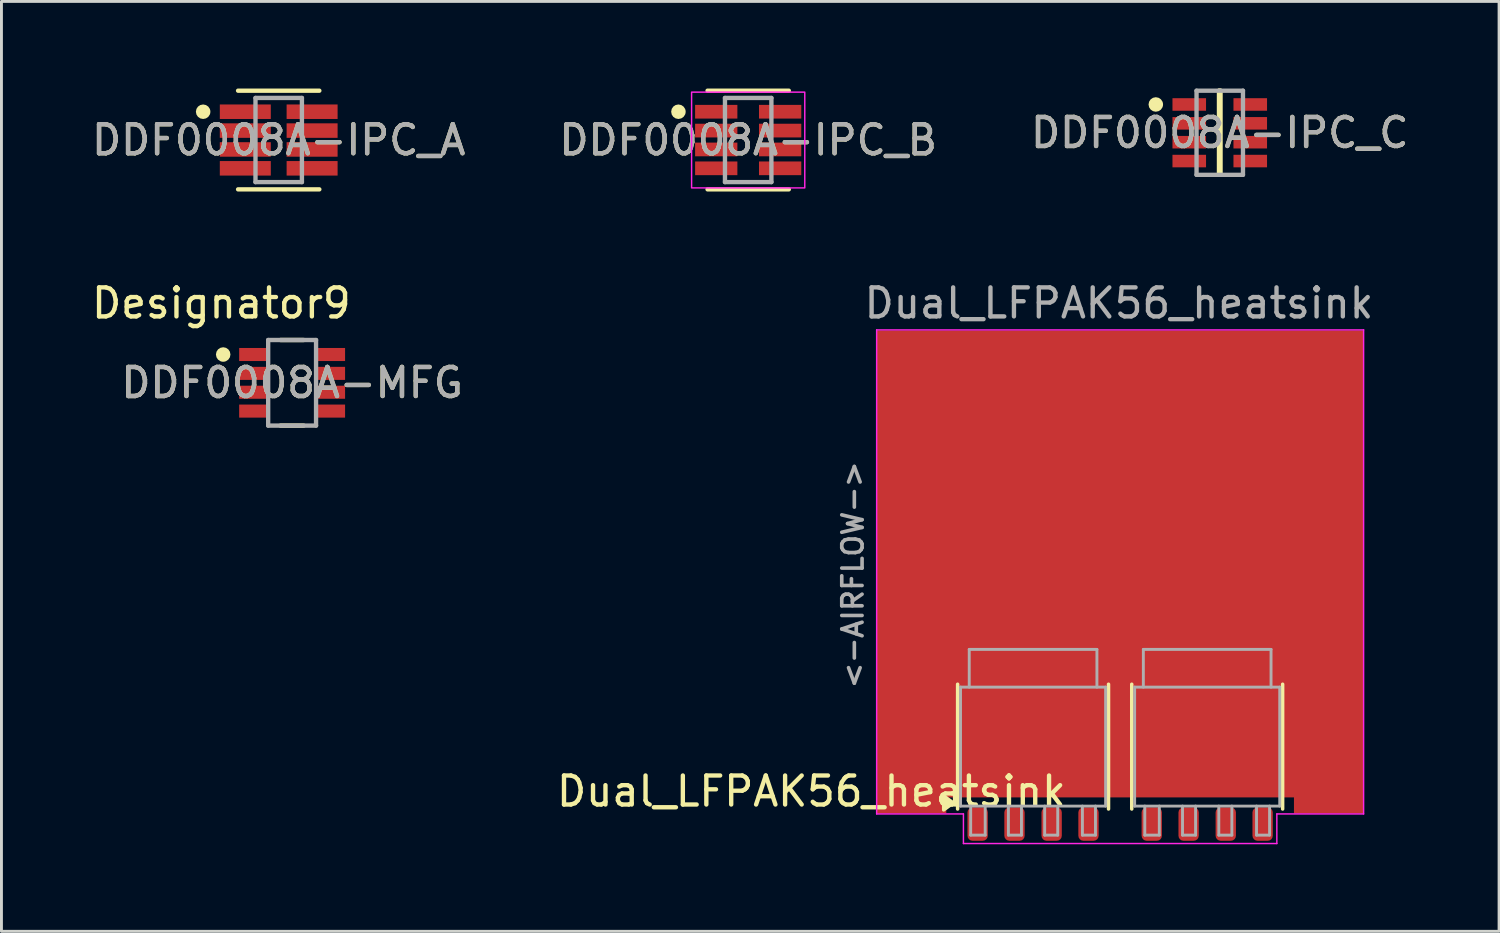
<source format=kicad_pcb>
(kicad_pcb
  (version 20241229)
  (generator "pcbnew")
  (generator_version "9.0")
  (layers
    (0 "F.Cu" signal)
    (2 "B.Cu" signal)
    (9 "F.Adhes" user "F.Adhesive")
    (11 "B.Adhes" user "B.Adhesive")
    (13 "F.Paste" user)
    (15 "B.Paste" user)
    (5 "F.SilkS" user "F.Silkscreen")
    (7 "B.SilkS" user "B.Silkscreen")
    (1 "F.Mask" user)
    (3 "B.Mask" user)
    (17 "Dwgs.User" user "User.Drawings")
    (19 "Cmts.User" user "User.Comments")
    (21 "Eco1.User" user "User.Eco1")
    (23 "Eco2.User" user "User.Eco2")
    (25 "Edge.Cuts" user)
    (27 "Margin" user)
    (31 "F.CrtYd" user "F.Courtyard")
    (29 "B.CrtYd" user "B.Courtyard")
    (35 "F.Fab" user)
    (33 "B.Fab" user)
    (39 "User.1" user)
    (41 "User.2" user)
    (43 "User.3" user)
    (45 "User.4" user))
  (footprint "Dual_LFPAK56_heatsink"
    (layer "F.Cu")
    (at 35.549 22.818)
    (property "Reference" "Dual_LFPAK56_heatsink" (at -10.64 1.4 0) (layer "F.SilkS") (effects (font (size 1 1) (thickness 0.15))))
    (attr smd)
    (fp_rect (start -8.128 -14.256) (end -6.223 2) (stroke (width 0.1) (type solid)) (fill yes) (layer "F.Mask"))
    (fp_rect (start 6.223 -14.256) (end 8.128 2) (stroke (width 0.1) (type solid)) (fill yes) (layer "F.Mask"))
    (fp_line (start -5.6 -2.29) (end -5.6 2.01) (stroke (width 0.12) (type solid)) (layer "F.SilkS"))
    (fp_line (start -0.4 2.01) (end -0.4 -2.29) (stroke (width 0.12) (type solid)) (layer "F.SilkS"))
    (fp_line (start 0.4 -2.29) (end 0.4 2.01) (stroke (width 0.12) (type solid)) (layer "F.SilkS"))
    (fp_line (start 5.6 2.01) (end 5.6 -2.29) (stroke (width 0.12) (type solid)) (layer "F.SilkS"))
    (fp_poly (pts (xy -5.75 1.8) (xy -6.08 1.56) (xy -6.08 2.04) (xy -5.75 1.8)) (stroke (width 0.12) (type solid)) (fill yes) (layer "F.SilkS"))
    (fp_rect (start -7.747 -14.256) (end -6.604 2) (stroke (width 0.1) (type solid)) (fill yes) (layer "F.Paste"))
    (fp_rect (start 6.604 -14.256) (end 7.747 2) (stroke (width 0.1) (type solid)) (fill yes) (layer "F.Paste"))
    (fp_line (start -8.39 -14.5) (end -8.39 2.18) (stroke (width 0.05) (type default)) (layer "F.CrtYd"))
    (fp_line (start -8.39 2.18) (end -5.4 2.18) (stroke (width 0.05) (type default)) (layer "F.CrtYd"))
    (fp_line (start -5.4 2.18) (end -5.4 3.2) (stroke (width 0.05) (type default)) (layer "F.CrtYd"))
    (fp_line (start -5.4 3.2) (end 5.4 3.2) (stroke (width 0.05) (type default)) (layer "F.CrtYd"))
    (fp_line (start 5.4 2.18) (end 5.4 3.2) (stroke (width 0.05) (type default)) (layer "F.CrtYd"))
    (fp_line (start 8.39 -14.5) (end -8.39 -14.5) (stroke (width 0.05) (type default)) (layer "F.CrtYd"))
    (fp_line (start 8.39 2.18) (end 5.4 2.18) (stroke (width 0.05) (type default)) (layer "F.CrtYd"))
    (fp_line (start 8.39 2.18) (end 8.39 -14.5) (stroke (width 0.05) (type default)) (layer "F.CrtYd"))
    (fp_line (start -5.5 -2.19) (end -5.5 1.91) (stroke (width 0.1) (type solid)) (layer "F.Fab"))
    (fp_line (start -5.5 1.91) (end -0.5 1.91) (stroke (width 0.1) (type solid)) (layer "F.Fab"))
    (fp_line (start -5.2 -3.49) (end -5.2 -2.19) (stroke (width 0.1) (type solid)) (layer "F.Fab"))
    (fp_line (start -5.2 -3.49) (end -0.8 -3.49) (stroke (width 0.1) (type solid)) (layer "F.Fab"))
    (fp_line (start -5.15 2.91) (end -5.15 1.91) (stroke (width 0.1) (type solid)) (layer "F.Fab"))
    (fp_line (start -5.15 2.91) (end -4.65 2.91) (stroke (width 0.1) (type solid)) (layer "F.Fab"))
    (fp_line (start -4.65 2.91) (end -4.65 1.91) (stroke (width 0.1) (type solid)) (layer "F.Fab"))
    (fp_line (start -3.85 1.91) (end -3.85 2.91) (stroke (width 0.1) (type solid)) (layer "F.Fab"))
    (fp_line (start -3.85 2.91) (end -3.4 2.91) (stroke (width 0.1) (type solid)) (layer "F.Fab"))
    (fp_line (start -3.4 2.91) (end -3.4 1.91) (stroke (width 0.1) (type solid)) (layer "F.Fab"))
    (fp_line (start -2.6 1.91) (end -2.6 2.91) (stroke (width 0.1) (type solid)) (layer "F.Fab"))
    (fp_line (start -2.6 2.91) (end -2.15 2.91) (stroke (width 0.1) (type solid)) (layer "F.Fab"))
    (fp_line (start -2.15 2.91) (end -2.15 1.91) (stroke (width 0.1) (type solid)) (layer "F.Fab"))
    (fp_line (start -1.3 1.91) (end -1.3 2.91) (stroke (width 0.1) (type solid)) (layer "F.Fab"))
    (fp_line (start -1.3 2.91) (end -0.85 2.91) (stroke (width 0.1) (type solid)) (layer "F.Fab"))
    (fp_line (start -0.85 2.91) (end -0.85 1.91) (stroke (width 0.1) (type solid)) (layer "F.Fab"))
    (fp_line (start -0.8 -3.49) (end -0.8 -2.19) (stroke (width 0.1) (type solid)) (layer "F.Fab"))
    (fp_line (start -0.5 -2.19) (end -5.5 -2.19) (stroke (width 0.1) (type solid)) (layer "F.Fab"))
    (fp_line (start -0.5 1.91) (end -0.5 -2.19) (stroke (width 0.1) (type solid)) (layer "F.Fab"))
    (fp_line (start 0.5 -2.19) (end 0.5 1.91) (stroke (width 0.1) (type solid)) (layer "F.Fab"))
    (fp_line (start 0.5 1.91) (end 5.5 1.91) (stroke (width 0.1) (type solid)) (layer "F.Fab"))
    (fp_line (start 0.8 -3.49) (end 0.8 -2.19) (stroke (width 0.1) (type solid)) (layer "F.Fab"))
    (fp_line (start 0.8 -3.49) (end 5.2 -3.49) (stroke (width 0.1) (type solid)) (layer "F.Fab"))
    (fp_line (start 0.85 2.91) (end 0.85 1.91) (stroke (width 0.1) (type solid)) (layer "F.Fab"))
    (fp_line (start 0.85 2.91) (end 1.35 2.91) (stroke (width 0.1) (type solid)) (layer "F.Fab"))
    (fp_line (start 1.35 2.91) (end 1.35 1.91) (stroke (width 0.1) (type solid)) (layer "F.Fab"))
    (fp_line (start 2.15 1.91) (end 2.15 2.91) (stroke (width 0.1) (type solid)) (layer "F.Fab"))
    (fp_line (start 2.15 2.91) (end 2.6 2.91) (stroke (width 0.1) (type solid)) (layer "F.Fab"))
    (fp_line (start 2.6 2.91) (end 2.6 1.91) (stroke (width 0.1) (type solid)) (layer "F.Fab"))
    (fp_line (start 3.4 1.91) (end 3.4 2.91) (stroke (width 0.1) (type solid)) (layer "F.Fab"))
    (fp_line (start 3.4 2.91) (end 3.85 2.91) (stroke (width 0.1) (type solid)) (layer "F.Fab"))
    (fp_line (start 3.85 2.91) (end 3.85 1.91) (stroke (width 0.1) (type solid)) (layer "F.Fab"))
    (fp_line (start 4.7 1.91) (end 4.7 2.91) (stroke (width 0.1) (type solid)) (layer "F.Fab"))
    (fp_line (start 4.7 2.91) (end 5.15 2.91) (stroke (width 0.1) (type solid)) (layer "F.Fab"))
    (fp_line (start 5.15 2.91) (end 5.15 1.91) (stroke (width 0.1) (type solid)) (layer "F.Fab"))
    (fp_line (start 5.2 -3.49) (end 5.2 -2.19) (stroke (width 0.1) (type solid)) (layer "F.Fab"))
    (fp_line (start 5.5 -2.19) (end 0.5 -2.19) (stroke (width 0.1) (type solid)) (layer "F.Fab"))
    (fp_line (start 5.5 1.91) (end 5.5 -2.19) (stroke (width 0.1) (type solid)) (layer "F.Fab"))
    (fp_text user "<-AIRFLOW->" (at -9.21 -6.06 90) (unlocked yes) (layer "F.Fab") (effects (font (size 0.7 0.7) (thickness 0.125))))
    (fp_text user "${REFERENCE}" (at -0.04 -15.42 180) (layer "F.Fab") (effects (font (size 1 1) (thickness 0.15))))
    (pad "" smd roundrect (at -4.88 -3.19) (size 0.6 0.9) (layers "F.Paste") (roundrect_rratio 0.25))
    (pad "" smd roundrect (at -4.15 -1.34 90) (size 0.6 0.9) (layers "F.Paste") (roundrect_rratio 0.25))
    (pad "" smd roundrect (at -4.15 -0.49 90) (size 0.6 0.9) (layers "F.Paste") (roundrect_rratio 0.25))
    (pad "" smd roundrect (at -4.15 0.36 90) (size 0.6 0.9) (layers "F.Paste") (roundrect_rratio 0.25))
    (pad "" smd roundrect (at -3.6 -3.19) (size 0.6 0.9) (layers "F.Paste") (roundrect_rratio 0.25))
    (pad "" smd roundrect (at -3 -1.34 90) (size 0.6 0.9) (layers "F.Paste") (roundrect_rratio 0.25))
    (pad "" smd roundrect (at -3 -0.49 90) (size 0.6 0.9) (layers "F.Paste") (roundrect_rratio 0.25))
    (pad "" smd roundrect (at -3 0.36 90) (size 0.6 0.9) (layers "F.Paste") (roundrect_rratio 0.25))
    (pad "" smd roundrect (at -2.4 -3.19) (size 0.6 0.9) (layers "F.Paste") (roundrect_rratio 0.25))
    (pad "" smd roundrect (at -1.85 -1.34 90) (size 0.6 0.9) (layers "F.Paste") (roundrect_rratio 0.25))
    (pad "" smd roundrect (at -1.85 -0.49 90) (size 0.6 0.9) (layers "F.Paste") (roundrect_rratio 0.25))
    (pad "" smd roundrect (at -1.85 0.36 90) (size 0.6 0.9) (layers "F.Paste") (roundrect_rratio 0.25))
    (pad "" smd roundrect (at -1.12 -3.19) (size 0.6 0.9) (layers "F.Paste") (roundrect_rratio 0.25))
    (pad "" smd roundrect (at 1.12 -3.19) (size 0.6 0.9) (layers "F.Paste") (roundrect_rratio 0.25))
    (pad "" smd roundrect (at 1.85 -1.34 90) (size 0.6 0.9) (layers "F.Paste") (roundrect_rratio 0.25))
    (pad "" smd roundrect (at 1.85 -0.49 90) (size 0.6 0.9) (layers "F.Paste") (roundrect_rratio 0.25))
    (pad "" smd roundrect (at 1.85 0.36 90) (size 0.6 0.9) (layers "F.Paste") (roundrect_rratio 0.25))
    (pad "" smd roundrect (at 2.4 -3.19) (size 0.6 0.9) (layers "F.Paste") (roundrect_rratio 0.25))
    (pad "" smd roundrect (at 3 -1.34 90) (size 0.6 0.9) (layers "F.Paste") (roundrect_rratio 0.25))
    (pad "" smd roundrect (at 3 -0.49 90) (size 0.6 0.9) (layers "F.Paste") (roundrect_rratio 0.25))
    (pad "" smd roundrect (at 3 0.36 90) (size 0.6 0.9) (layers "F.Paste") (roundrect_rratio 0.25))
    (pad "" smd roundrect (at 3.6 -3.19) (size 0.6 0.9) (layers "F.Paste") (roundrect_rratio 0.25))
    (pad "" smd roundrect (at 4.15 -1.34 90) (size 0.6 0.9) (layers "F.Paste") (roundrect_rratio 0.25))
    (pad "" smd roundrect (at 4.15 -0.49 90) (size 0.6 0.9) (layers "F.Paste") (roundrect_rratio 0.25))
    (pad "" smd roundrect (at 4.15 0.36 90) (size 0.6 0.9) (layers "F.Paste") (roundrect_rratio 0.25))
    (pad "" smd roundrect (at 4.88 -3.19) (size 0.6 0.9) (layers "F.Paste") (roundrect_rratio 0.25))
    (pad "1" smd roundrect (at -4.91 2.53) (size 0.7 1.15) (layers "F.Cu" "F.Mask" "F.Paste") (roundrect_rratio 0.25))
    (pad "2" smd roundrect (at -3.64 2.53) (size 0.7 1.15) (layers "F.Cu" "F.Mask" "F.Paste") (roundrect_rratio 0.25))
    (pad "3" smd roundrect (at -2.36 2.53) (size 0.7 1.15) (layers "F.Cu" "F.Mask" "F.Paste") (roundrect_rratio 0.25))
    (pad "4" smd roundrect (at -1.09 2.53) (size 0.7 1.15) (layers "F.Cu" "F.Mask" "F.Paste") (roundrect_rratio 0.25))
    (pad "5" smd custom (at -3 -0.74 90) (size 3.3 4.2) (layers "F.Cu" "F.Mask") (options (anchor rect)) (primitives (gr_poly (pts (xy 2.975 2.35) (xy 1.425 2.35) (xy 1.425 -2.35) (xy 2.975 -2.35)) (width 0) (fill yes))))
    (pad "5" smd custom (at 0 -6.436 90) (size 16.092 16.764) (layers "F.Cu") (options (anchor rect)) (primitives (gr_poly (pts (xy -7.046 8.38) (xy -8.596 8.38) (xy -8.596 5.99) (xy -7.046 5.99)) (width 0) (fill yes)) (gr_poly (pts (xy -8.596 -5.99) (xy -7.046 -5.99) (xy -7.046 -8.38) (xy -8.596 -8.38)) (width 0) (fill yes))))
    (pad "5" smd custom (at 3 -0.74 90) (size 3.3 4.2) (layers "F.Cu" "F.Mask") (options (anchor rect)) (primitives (gr_poly (pts (xy 2.975 2.35) (xy 1.425 2.35) (xy 1.425 -2.35) (xy 2.975 -2.35)) (width 0) (fill yes))))
    (pad "6" smd roundrect (at 1.09 2.53) (size 0.7 1.15) (layers "F.Cu" "F.Mask" "F.Paste") (roundrect_rratio 0.25))
    (pad "7" smd roundrect (at 2.36 2.53) (size 0.7 1.15) (layers "F.Cu" "F.Mask" "F.Paste") (roundrect_rratio 0.25))
    (pad "8" smd roundrect (at 3.64 2.53) (size 0.7 1.15) (layers "F.Cu" "F.Mask" "F.Paste") (roundrect_rratio 0.25))
    (pad "9" smd roundrect (at 4.91 2.53) (size 0.7 1.15) (layers "F.Cu" "F.Mask" "F.Paste") (roundrect_rratio 0.25))
    (zone (net_name "") (layer "F.Fab") (name "heatsink") (hatch edge 0.5) (connect_pads) (min_thickness 0.25) (filled_areas_thickness no) (keepout (tracks allowed) (vias not_allowed) (pads allowed) (copperpour allowed) (footprints allowed)) (placement (enabled no)) (fill) (polygon (pts (xy 27.399 24.868) (xy 27.399 8.518) (xy 29.399 8.518) (xy 29.399 24.868))))
    (zone (net_name "") (layer "F.Fab") (name "heatsink") (hatch edge 0.5) (connect_pads) (min_thickness 0.25) (filled_areas_thickness no) (keepout (tracks allowed) (vias not_allowed) (pads allowed) (copperpour allowed) (footprints allowed)) (placement (enabled no)) (fill) (polygon (pts (xy 41.749 24.868) (xy 41.749 8.518) (xy 43.749 8.518) (xy 43.749 24.868)))))
  (footprint "DDF0008A-IPC_B"
    (layer "F.Cu")
    (at 22.732 1.775)
    (property "Reference" "DDF0008A-IPC_B" (at 0 0 0) (unlocked yes) (layer "F.SilkS") (effects (font (size 1 1) (thickness 0.15))))
    (attr smd)
    (fp_line (start -1.4 -1.7) (end 1.4 -1.7) (stroke (width 0.15) (type solid)) (layer "F.SilkS"))
    (fp_line (start -1.4 1.7) (end 1.4 1.7) (stroke (width 0.15) (type solid)) (layer "F.SilkS"))
    (fp_circle (center -2.404 -0.975) (end -2.279 -0.975) (stroke (width 0.25) (type solid)) (fill no) (layer "F.SilkS"))
    (fp_rect (start -1.95 -1.65) (end 1.95 1.65) (stroke (width 0.05) (type default)) (fill no) (layer "F.CrtYd"))
    (fp_line (start -0.8 -1.45) (end 0.8 -1.45) (stroke (width 0.15) (type solid)) (layer "F.Fab"))
    (fp_line (start -0.8 1.45) (end -0.8 -1.45) (stroke (width 0.15) (type solid)) (layer "F.Fab"))
    (fp_line (start -0.8 1.45) (end 0.8 1.45) (stroke (width 0.15) (type solid)) (layer "F.Fab"))
    (fp_line (start 0.8 1.45) (end 0.8 -1.45) (stroke (width 0.15) (type solid)) (layer "F.Fab"))
    (fp_text user "${REFERENCE}" (at 0 0 0) (unlocked yes) (layer "F.Fab") (effects (font (size 1 1) (thickness 0.15))))
    (pad "1" smd rect (at -1.101 -0.975) (size 1.457 0.472) (layers "F.Cu" "F.Mask" "F.Paste"))
    (pad "2" smd rect (at -1.101 -0.325) (size 1.457 0.472) (layers "F.Cu" "F.Mask" "F.Paste"))
    (pad "3" smd rect (at -1.101 0.325) (size 1.457 0.472) (layers "F.Cu" "F.Mask" "F.Paste"))
    (pad "4" smd rect (at -1.101 0.975) (size 1.457 0.472) (layers "F.Cu" "F.Mask" "F.Paste"))
    (pad "5" smd rect (at 1.101 0.975) (size 1.457 0.472) (layers "F.Cu" "F.Mask" "F.Paste"))
    (pad "6" smd rect (at 1.101 0.325) (size 1.457 0.472) (layers "F.Cu" "F.Mask" "F.Paste"))
    (pad "7" smd rect (at 1.101 -0.325) (size 1.457 0.472) (layers "F.Cu" "F.Mask" "F.Paste"))
    (pad "8" smd rect (at 1.101 -0.975) (size 1.457 0.472) (layers "F.Cu" "F.Mask" "F.Paste")))
  (footprint "DDF0008A-MFG"
    (layer "F.Cu")
    (at 7.016 10.141)
    (property "Reference" "DDF0008A-MFG" (at 0 0 0) (unlocked yes) (layer "F.SilkS") (effects (font (size 1 1) (thickness 0.15))))
    (attr smd)
    (fp_line (start -0.4 -1.475) (end 0.4 -1.475) (stroke (width 0.15) (type solid)) (layer "F.SilkS"))
    (fp_line (start -0.4 1.475) (end 0.4 1.475) (stroke (width 0.15) (type solid)) (layer "F.SilkS"))
    (fp_circle (center -2.375 -0.975) (end -2.25 -0.975) (stroke (width 0.25) (type solid)) (fill no) (layer "F.SilkS"))
    (fp_line (start -0.825 -1.475) (end 0.825 -1.475) (stroke (width 0.15) (type solid)) (layer "F.Fab"))
    (fp_line (start -0.825 1.475) (end -0.825 -1.475) (stroke (width 0.15) (type solid)) (layer "F.Fab"))
    (fp_line (start -0.825 1.475) (end 0.825 1.475) (stroke (width 0.15) (type solid)) (layer "F.Fab"))
    (fp_line (start 0.825 1.475) (end 0.825 -1.475) (stroke (width 0.15) (type solid)) (layer "F.Fab"))
    (fp_text user "Designator9" (at -2.438 -2.743 0) (unlocked yes) (layer "F.SilkS") (effects (font (size 1 1) (thickness 0.15))))
    (fp_text user "${REFERENCE}" (at 0 0 0) (unlocked yes) (layer "F.Fab") (effects (font (size 1 1) (thickness 0.15))))
    (pad "1" smd rect (at -1.3 -0.975) (size 1.05 0.45) (layers "F.Cu" "F.Mask" "F.Paste"))
    (pad "2" smd rect (at -1.3 -0.325) (size 1.05 0.45) (layers "F.Cu" "F.Mask" "F.Paste"))
    (pad "3" smd rect (at -1.3 0.325) (size 1.05 0.45) (layers "F.Cu" "F.Mask" "F.Paste"))
    (pad "4" smd rect (at -1.3 0.975) (size 1.05 0.45) (layers "F.Cu" "F.Mask" "F.Paste"))
    (pad "5" smd rect (at 1.3 0.975) (size 1.05 0.45) (layers "F.Cu" "F.Mask" "F.Paste"))
    (pad "6" smd rect (at 1.3 0.325) (size 1.05 0.45) (layers "F.Cu" "F.Mask" "F.Paste"))
    (pad "7" smd rect (at 1.3 -0.325) (size 1.05 0.45) (layers "F.Cu" "F.Mask" "F.Paste"))
    (pad "8" smd rect (at 1.3 -0.975) (size 1.05 0.45) (layers "F.Cu" "F.Mask" "F.Paste")))
  (footprint "DDF0008A-IPC_A"
    (layer "F.Cu")
    (at 6.554 1.775)
    (property "Reference" "DDF0008A-IPC_A" (at 0 0 0) (unlocked yes) (layer "F.SilkS") (effects (font (size 1 1) (thickness 0.15))))
    (attr smd)
    (fp_line (start -1.4 -1.7) (end 1.4 -1.7) (stroke (width 0.15) (type solid)) (layer "F.SilkS"))
    (fp_line (start -1.4 1.7) (end 1.4 1.7) (stroke (width 0.15) (type solid)) (layer "F.SilkS"))
    (fp_circle (center -2.604 -0.975) (end -2.479 -0.975) (stroke (width 0.25) (type solid)) (fill no) (layer "F.SilkS"))
    (fp_line (start -0.8 -1.45) (end 0.8 -1.45) (stroke (width 0.15) (type solid)) (layer "F.Fab"))
    (fp_line (start -0.8 1.45) (end -0.8 -1.45) (stroke (width 0.15) (type solid)) (layer "F.Fab"))
    (fp_line (start -0.8 1.45) (end 0.8 1.45) (stroke (width 0.15) (type solid)) (layer "F.Fab"))
    (fp_line (start 0.8 1.45) (end 0.8 -1.45) (stroke (width 0.15) (type solid)) (layer "F.Fab"))
    (fp_text user "${REFERENCE}" (at 0 0 0) (unlocked yes) (layer "F.Fab") (effects (font (size 1 1) (thickness 0.15))))
    (pad "1" smd rect (at -1.151 -0.975) (size 1.757 0.5) (layers "F.Cu" "F.Mask" "F.Paste"))
    (pad "2" smd rect (at -1.151 -0.325) (size 1.757 0.5) (layers "F.Cu" "F.Mask" "F.Paste"))
    (pad "3" smd rect (at -1.151 0.325) (size 1.757 0.5) (layers "F.Cu" "F.Mask" "F.Paste"))
    (pad "4" smd rect (at -1.151 0.975) (size 1.757 0.5) (layers "F.Cu" "F.Mask" "F.Paste"))
    (pad "5" smd rect (at 1.151 0.975) (size 1.757 0.5) (layers "F.Cu" "F.Mask" "F.Paste"))
    (pad "6" smd rect (at 1.151 0.325) (size 1.757 0.5) (layers "F.Cu" "F.Mask" "F.Paste"))
    (pad "7" smd rect (at 1.151 -0.325) (size 1.757 0.5) (layers "F.Cu" "F.Mask" "F.Paste"))
    (pad "8" smd rect (at 1.151 -0.975) (size 1.757 0.5) (layers "F.Cu" "F.Mask" "F.Paste")))
  (footprint "DDF0008A-IPC_C"
    (layer "F.Cu")
    (at 38.982 1.525)
    (property "Reference" "DDF0008A-IPC_C" (at 0 0 0) (unlocked yes) (layer "F.SilkS") (effects (font (size 1 1) (thickness 0.15))))
    (attr smd)
    (fp_line (start -0.027 -1.45) (end 0.027 -1.45) (stroke (width 0.15) (type solid)) (layer "F.SilkS"))
    (fp_line (start -0.027 1.45) (end -0.027 -1.45) (stroke (width 0.15) (type solid)) (layer "F.SilkS"))
    (fp_line (start -0.027 1.45) (end 0.027 1.45) (stroke (width 0.15) (type solid)) (layer "F.SilkS"))
    (fp_line (start 0.027 1.45) (end 0.027 -1.45) (stroke (width 0.15) (type solid)) (layer "F.SilkS"))
    (fp_circle (center -2.204 -0.975) (end -2.079 -0.975) (stroke (width 0.25) (type solid)) (fill no) (layer "F.SilkS"))
    (fp_line (start -0.8 -1.45) (end 0.8 -1.45) (stroke (width 0.15) (type solid)) (layer "F.Fab"))
    (fp_line (start -0.8 1.45) (end -0.8 -1.45) (stroke (width 0.15) (type solid)) (layer "F.Fab"))
    (fp_line (start -0.8 1.45) (end 0.8 1.45) (stroke (width 0.15) (type solid)) (layer "F.Fab"))
    (fp_line (start 0.8 1.45) (end 0.8 -1.45) (stroke (width 0.15) (type solid)) (layer "F.Fab"))
    (fp_text user "${REFERENCE}" (at 0 0 0) (unlocked yes) (layer "F.Fab") (effects (font (size 1 1) (thickness 0.15))))
    (pad "1" smd rect (at -1.051 -0.975) (size 1.157 0.432) (layers "F.Cu" "F.Mask" "F.Paste"))
    (pad "2" smd rect (at -1.051 -0.325) (size 1.157 0.432) (layers "F.Cu" "F.Mask" "F.Paste"))
    (pad "3" smd rect (at -1.051 0.325) (size 1.157 0.432) (layers "F.Cu" "F.Mask" "F.Paste"))
    (pad "4" smd rect (at -1.051 0.975) (size 1.157 0.432) (layers "F.Cu" "F.Mask" "F.Paste"))
    (pad "5" smd rect (at 1.051 0.975) (size 1.157 0.432) (layers "F.Cu" "F.Mask" "F.Paste"))
    (pad "6" smd rect (at 1.051 0.325) (size 1.157 0.432) (layers "F.Cu" "F.Mask" "F.Paste"))
    (pad "7" smd rect (at 1.051 -0.325) (size 1.157 0.432) (layers "F.Cu" "F.Mask" "F.Paste"))
    (pad "8" smd rect (at 1.051 -0.975) (size 1.157 0.432) (layers "F.Cu" "F.Mask" "F.Paste")))
  (gr_rect
    (start -3 -3)
    (end 48.607 29.043)
    (stroke (width 0.1) (type default))
    (fill no)
    (layer "Edge.Cuts")))
</source>
